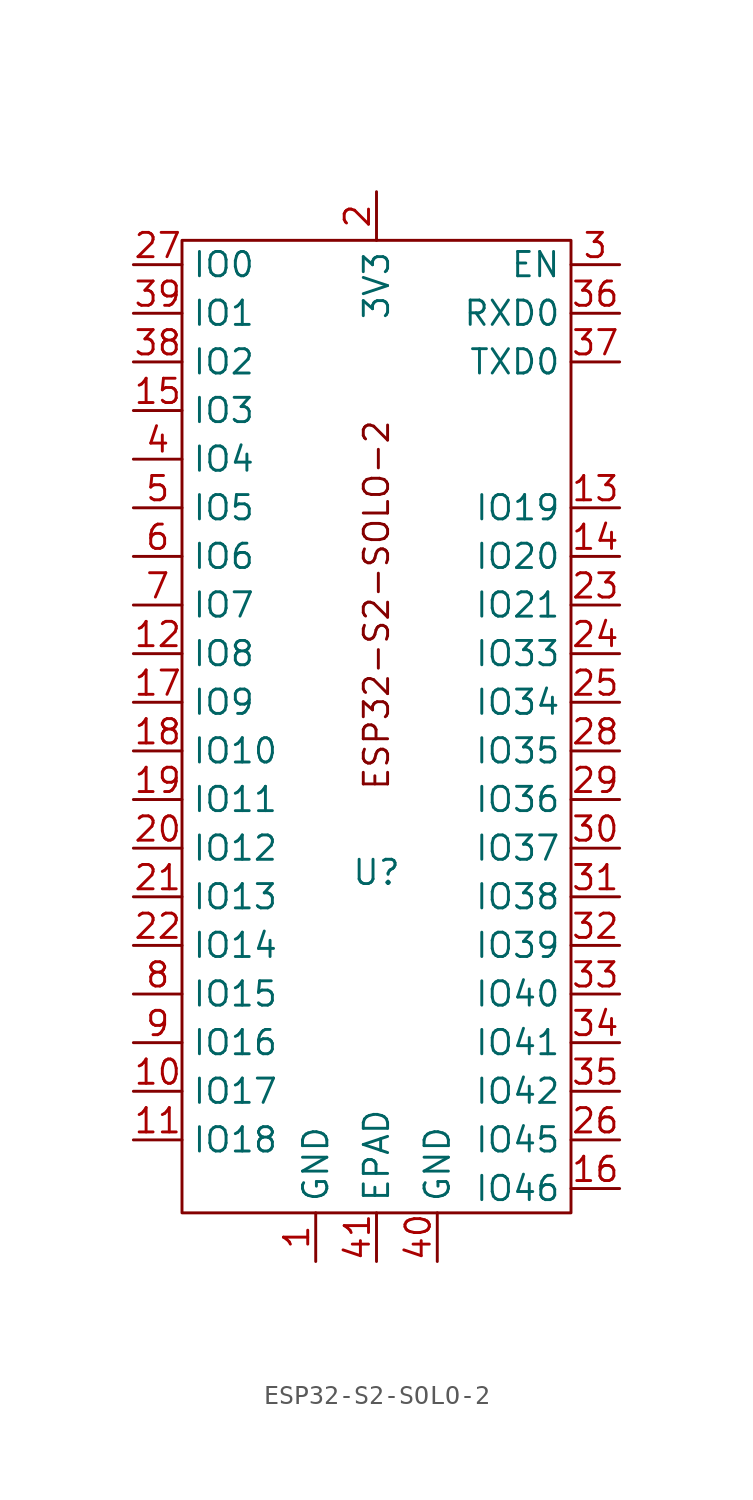
<source format=kicad_sym>
(kicad_symbol_lib
  (version 20220914)
  (generator kicad_symbol_editor)
  (symbol "ESP32-S2-SOLO-2"
    (property "Reference" "U"
      (at 0 -7.62 0)
      (effects (font (size 1.27 1.27))))
    (property "Value" ""
      (at 0 -7.62 0)
      (effects (font (size 1.27 1.27))))
    (symbol "ESP32-S2-SOLO-2_0_1"
      (rectangle (start -10.16 25.4) (end 10.16 -25.4) (stroke (width 0) (type default)) (fill (type none)))
      (text "ESP32-S2-SOLO-2" (at 0 6.35 900) (effects (font (size 1.27 1.27)))))
    (symbol "ESP32-S2-SOLO-2_1_0"
      (pin input line (at 12.7 -24.13 180) (length 2.54) (name "IO46" (effects (font (size 1.27 1.27)))) (number "16" (effects (font (size 1.27 1.27)))))
      (pin bidirectional line (at 12.7 -21.59 180) (length 2.54) (name "IO45" (effects (font (size 1.27 1.27)))) (number "26" (effects (font (size 1.27 1.27)))))
      (pin bidirectional line (at 12.7 -3.81 180) (length 2.54) (name "IO36" (effects (font (size 1.27 1.27)))) (number "29" (effects (font (size 1.27 1.27)))))
      (pin input line (at 12.7 24.13 180) (length 2.54) (name "EN" (effects (font (size 1.27 1.27)))) (number "3" (effects (font (size 1.27 1.27)))))
      (pin bidirectional line (at 12.7 -6.35 180) (length 2.54) (name "IO37" (effects (font (size 1.27 1.27)))) (number "30" (effects (font (size 1.27 1.27)))))
      (pin bidirectional line (at 12.7 -8.89 180) (length 2.54) (name "IO38" (effects (font (size 1.27 1.27)))) (number "31" (effects (font (size 1.27 1.27)))))
      (pin bidirectional line (at 12.7 -11.43 180) (length 2.54) (name "IO39" (effects (font (size 1.27 1.27)))) (number "32" (effects (font (size 1.27 1.27)))))
      (pin bidirectional line (at 12.7 -13.97 180) (length 2.54) (name "IO40" (effects (font (size 1.27 1.27)))) (number "33" (effects (font (size 1.27 1.27)))))
      (pin bidirectional line (at 12.7 -16.51 180) (length 2.54) (name "IO41" (effects (font (size 1.27 1.27)))) (number "34" (effects (font (size 1.27 1.27)))))
      (pin bidirectional line (at 12.7 -19.05 180) (length 2.54) (name "IO42" (effects (font (size 1.27 1.27)))) (number "35" (effects (font (size 1.27 1.27)))))
      (pin bidirectional line (at 12.7 21.59 180) (length 2.54) (name "RXD0" (effects (font (size 1.27 1.27)))) (number "36" (effects (font (size 1.27 1.27)))))
      (pin bidirectional line (at 12.7 19.05 180) (length 2.54) (name "TXD0" (effects (font (size 1.27 1.27)))) (number "37" (effects (font (size 1.27 1.27)))))
      (pin bidirectional line (at -12.7 19.05 0) (length 2.54) (name "IO2" (effects (font (size 1.27 1.27)))) (number "38" (effects (font (size 1.27 1.27))))))
    (symbol "ESP32-S2-SOLO-2_1_1"
      (pin power_in line (at -3.175 -27.94 90) (length 2.54) (name "GND" (effects (font (size 1.27 1.27)))) (number "1" (effects (font (size 1.27 1.27)))))
      (pin bidirectional line (at -12.7 -19.05 0) (length 2.54) (name "IO17" (effects (font (size 1.27 1.27)))) (number "10" (effects (font (size 1.27 1.27)))))
      (pin bidirectional line (at -12.7 -21.59 0) (length 2.54) (name "IO18" (effects (font (size 1.27 1.27)))) (number "11" (effects (font (size 1.27 1.27)))))
      (pin bidirectional line (at -12.7 3.81 0) (length 2.54) (name "IO8" (effects (font (size 1.27 1.27)))) (number "12" (effects (font (size 1.27 1.27)))))
      (pin bidirectional line (at 12.7 11.43 180) (length 2.54) (name "IO19" (effects (font (size 1.27 1.27)))) (number "13" (effects (font (size 1.27 1.27)))))
      (pin bidirectional line (at 12.7 8.89 180) (length 2.54) (name "IO20" (effects (font (size 1.27 1.27)))) (number "14" (effects (font (size 1.27 1.27)))))
      (pin bidirectional line (at -12.7 16.51 0) (length 2.54) (name "IO3" (effects (font (size 1.27 1.27)))) (number "15" (effects (font (size 1.27 1.27)))))
      (pin bidirectional line (at -12.7 1.27 0) (length 2.54) (name "IO9" (effects (font (size 1.27 1.27)))) (number "17" (effects (font (size 1.27 1.27)))))
      (pin bidirectional line (at -12.7 -1.27 0) (length 2.54) (name "IO10" (effects (font (size 1.27 1.27)))) (number "18" (effects (font (size 1.27 1.27)))))
      (pin bidirectional line (at -12.7 -3.81 0) (length 2.54) (name "IO11" (effects (font (size 1.27 1.27)))) (number "19" (effects (font (size 1.27 1.27)))))
      (pin power_in line (at 0 27.94 270) (length 2.54) (name "3V3" (effects (font (size 1.27 1.27)))) (number "2" (effects (font (size 1.27 1.27)))))
      (pin bidirectional line (at -12.7 -6.35 0) (length 2.54) (name "IO12" (effects (font (size 1.27 1.27)))) (number "20" (effects (font (size 1.27 1.27)))))
      (pin bidirectional line (at -12.7 -8.89 0) (length 2.54) (name "IO13" (effects (font (size 1.27 1.27)))) (number "21" (effects (font (size 1.27 1.27)))))
      (pin bidirectional line (at -12.7 -11.43 0) (length 2.54) (name "IO14" (effects (font (size 1.27 1.27)))) (number "22" (effects (font (size 1.27 1.27)))))
      (pin bidirectional line (at 12.7 6.35 180) (length 2.54) (name "IO21" (effects (font (size 1.27 1.27)))) (number "23" (effects (font (size 1.27 1.27)))))
      (pin bidirectional line (at 12.7 3.81 180) (length 2.54) (name "IO33" (effects (font (size 1.27 1.27)))) (number "24" (effects (font (size 1.27 1.27)))))
      (pin bidirectional line (at 12.7 1.27 180) (length 2.54) (name "IO34" (effects (font (size 1.27 1.27)))) (number "25" (effects (font (size 1.27 1.27)))))
      (pin bidirectional line (at -12.7 24.13 0) (length 2.54) (name "IO0" (effects (font (size 1.27 1.27)))) (number "27" (effects (font (size 1.27 1.27)))))
      (pin bidirectional line (at 12.7 -1.27 180) (length 2.54) (name "IO35" (effects (font (size 1.27 1.27)))) (number "28" (effects (font (size 1.27 1.27)))))
      (pin bidirectional line (at -12.7 21.59 0) (length 2.54) (name "IO1" (effects (font (size 1.27 1.27)))) (number "39" (effects (font (size 1.27 1.27)))))
      (pin bidirectional line (at -12.7 13.97 0) (length 2.54) (name "IO4" (effects (font (size 1.27 1.27)))) (number "4" (effects (font (size 1.27 1.27)))))
      (pin power_in line (at 3.175 -27.94 90) (length 2.54) (name "GND" (effects (font (size 1.27 1.27)))) (number "40" (effects (font (size 1.27 1.27)))))
      (pin power_in line (at 0 -27.94 90) (length 2.54) (name "EPAD" (effects (font (size 1.27 1.27)))) (number "41" (effects (font (size 1.27 1.27)))))
      (pin bidirectional line (at -12.7 11.43 0) (length 2.54) (name "IO5" (effects (font (size 1.27 1.27)))) (number "5" (effects (font (size 1.27 1.27)))))
      (pin bidirectional line (at -12.7 8.89 0) (length 2.54) (name "IO6" (effects (font (size 1.27 1.27)))) (number "6" (effects (font (size 1.27 1.27)))))
      (pin bidirectional line (at -12.7 6.35 0) (length 2.54) (name "IO7" (effects (font (size 1.27 1.27)))) (number "7" (effects (font (size 1.27 1.27)))))
      (pin bidirectional line (at -12.7 -13.97 0) (length 2.54) (name "IO15" (effects (font (size 1.27 1.27)))) (number "8" (effects (font (size 1.27 1.27)))))
      (pin bidirectional line (at -12.7 -16.51 0) (length 2.54) (name "IO16" (effects (font (size 1.27 1.27)))) (number "9" (effects (font (size 1.27 1.27))))))))
</source>
